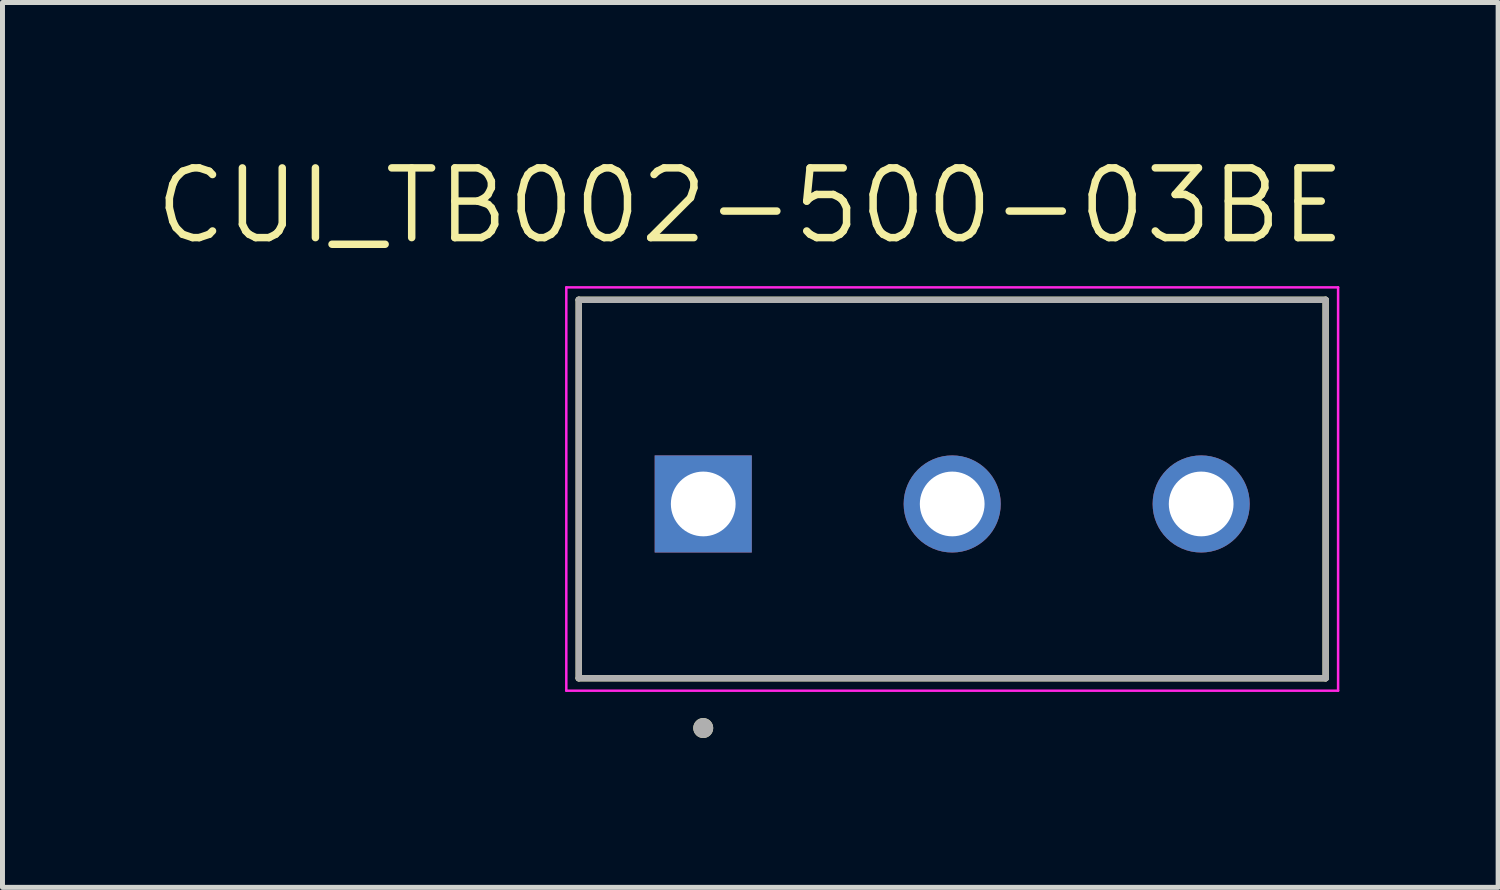
<source format=kicad_pcb>
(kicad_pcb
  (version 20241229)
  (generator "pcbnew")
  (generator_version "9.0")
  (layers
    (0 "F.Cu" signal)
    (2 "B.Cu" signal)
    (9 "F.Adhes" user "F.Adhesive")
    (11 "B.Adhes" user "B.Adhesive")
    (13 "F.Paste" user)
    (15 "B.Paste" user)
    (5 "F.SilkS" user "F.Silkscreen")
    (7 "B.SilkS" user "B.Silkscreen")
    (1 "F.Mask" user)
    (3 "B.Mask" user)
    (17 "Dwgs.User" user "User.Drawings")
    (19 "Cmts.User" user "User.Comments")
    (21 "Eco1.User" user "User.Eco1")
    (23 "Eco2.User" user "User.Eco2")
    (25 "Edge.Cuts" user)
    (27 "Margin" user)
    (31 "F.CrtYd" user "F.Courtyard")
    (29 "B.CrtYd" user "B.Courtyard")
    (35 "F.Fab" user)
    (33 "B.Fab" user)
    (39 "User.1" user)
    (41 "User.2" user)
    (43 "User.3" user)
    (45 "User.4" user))
  (footprint "CUI_TB002-500-03BE"
    (layer "F.Cu")
    (at 11.073 7.071)
    (property "Reference" "CUI_TB002-500-03BE" (at 0.945 -5.989 0) (layer "F.SilkS") (effects (font (size 1.4 1.4) (thickness 0.15))))
    (attr through_hole)
    (fp_line (start -2.5 -4.1) (end 12.5 -4.1) (stroke (width 0.127) (type solid)) (layer "F.SilkS"))
    (fp_line (start -2.5 3.5) (end -2.5 -4.1) (stroke (width 0.127) (type solid)) (layer "F.SilkS"))
    (fp_line (start 12.5 -4.1) (end 12.5 3.5) (stroke (width 0.127) (type solid)) (layer "F.SilkS"))
    (fp_line (start 12.5 3.5) (end -2.5 3.5) (stroke (width 0.127) (type solid)) (layer "F.SilkS"))
    (fp_circle (center 0 4.5) (end 0.1 4.5) (stroke (width 0.2) (type solid)) (fill no) (layer "F.SilkS"))
    (fp_line (start -2.75 -4.35) (end 12.75 -4.35) (stroke (width 0.05) (type solid)) (layer "F.CrtYd"))
    (fp_line (start -2.75 3.75) (end -2.75 -4.35) (stroke (width 0.05) (type solid)) (layer "F.CrtYd"))
    (fp_line (start 12.75 -4.35) (end 12.75 3.75) (stroke (width 0.05) (type solid)) (layer "F.CrtYd"))
    (fp_line (start 12.75 3.75) (end -2.75 3.75) (stroke (width 0.05) (type solid)) (layer "F.CrtYd"))
    (fp_line (start -2.5 -4.1) (end 12.5 -4.1) (stroke (width 0.127) (type solid)) (layer "F.Fab"))
    (fp_line (start -2.5 3.5) (end -2.5 -4.1) (stroke (width 0.127) (type solid)) (layer "F.Fab"))
    (fp_line (start 12.5 -4.1) (end 12.5 3.5) (stroke (width 0.127) (type solid)) (layer "F.Fab"))
    (fp_line (start 12.5 3.5) (end -2.5 3.5) (stroke (width 0.127) (type solid)) (layer "F.Fab"))
    (fp_circle (center 0 4.5) (end 0.1 4.5) (stroke (width 0.2) (type solid)) (fill no) (layer "F.Fab"))
    (pad "1" thru_hole rect (at 0 0) (size 1.95 1.95) (drill 1.3) (layers "*.Cu" "*.Mask"))
    (pad "2" thru_hole circle (at 5 0) (size 1.95 1.95) (drill 1.3) (layers "*.Cu" "*.Mask"))
    (pad "3" thru_hole circle (at 10 0) (size 1.95 1.95) (drill 1.3) (layers "*.Cu" "*.Mask")))
  (gr_rect
    (start -3 -3)
    (end 27.037 14.771)
    (stroke (width 0.1) (type default))
    (fill no)
    (layer "Edge.Cuts")))
</source>
